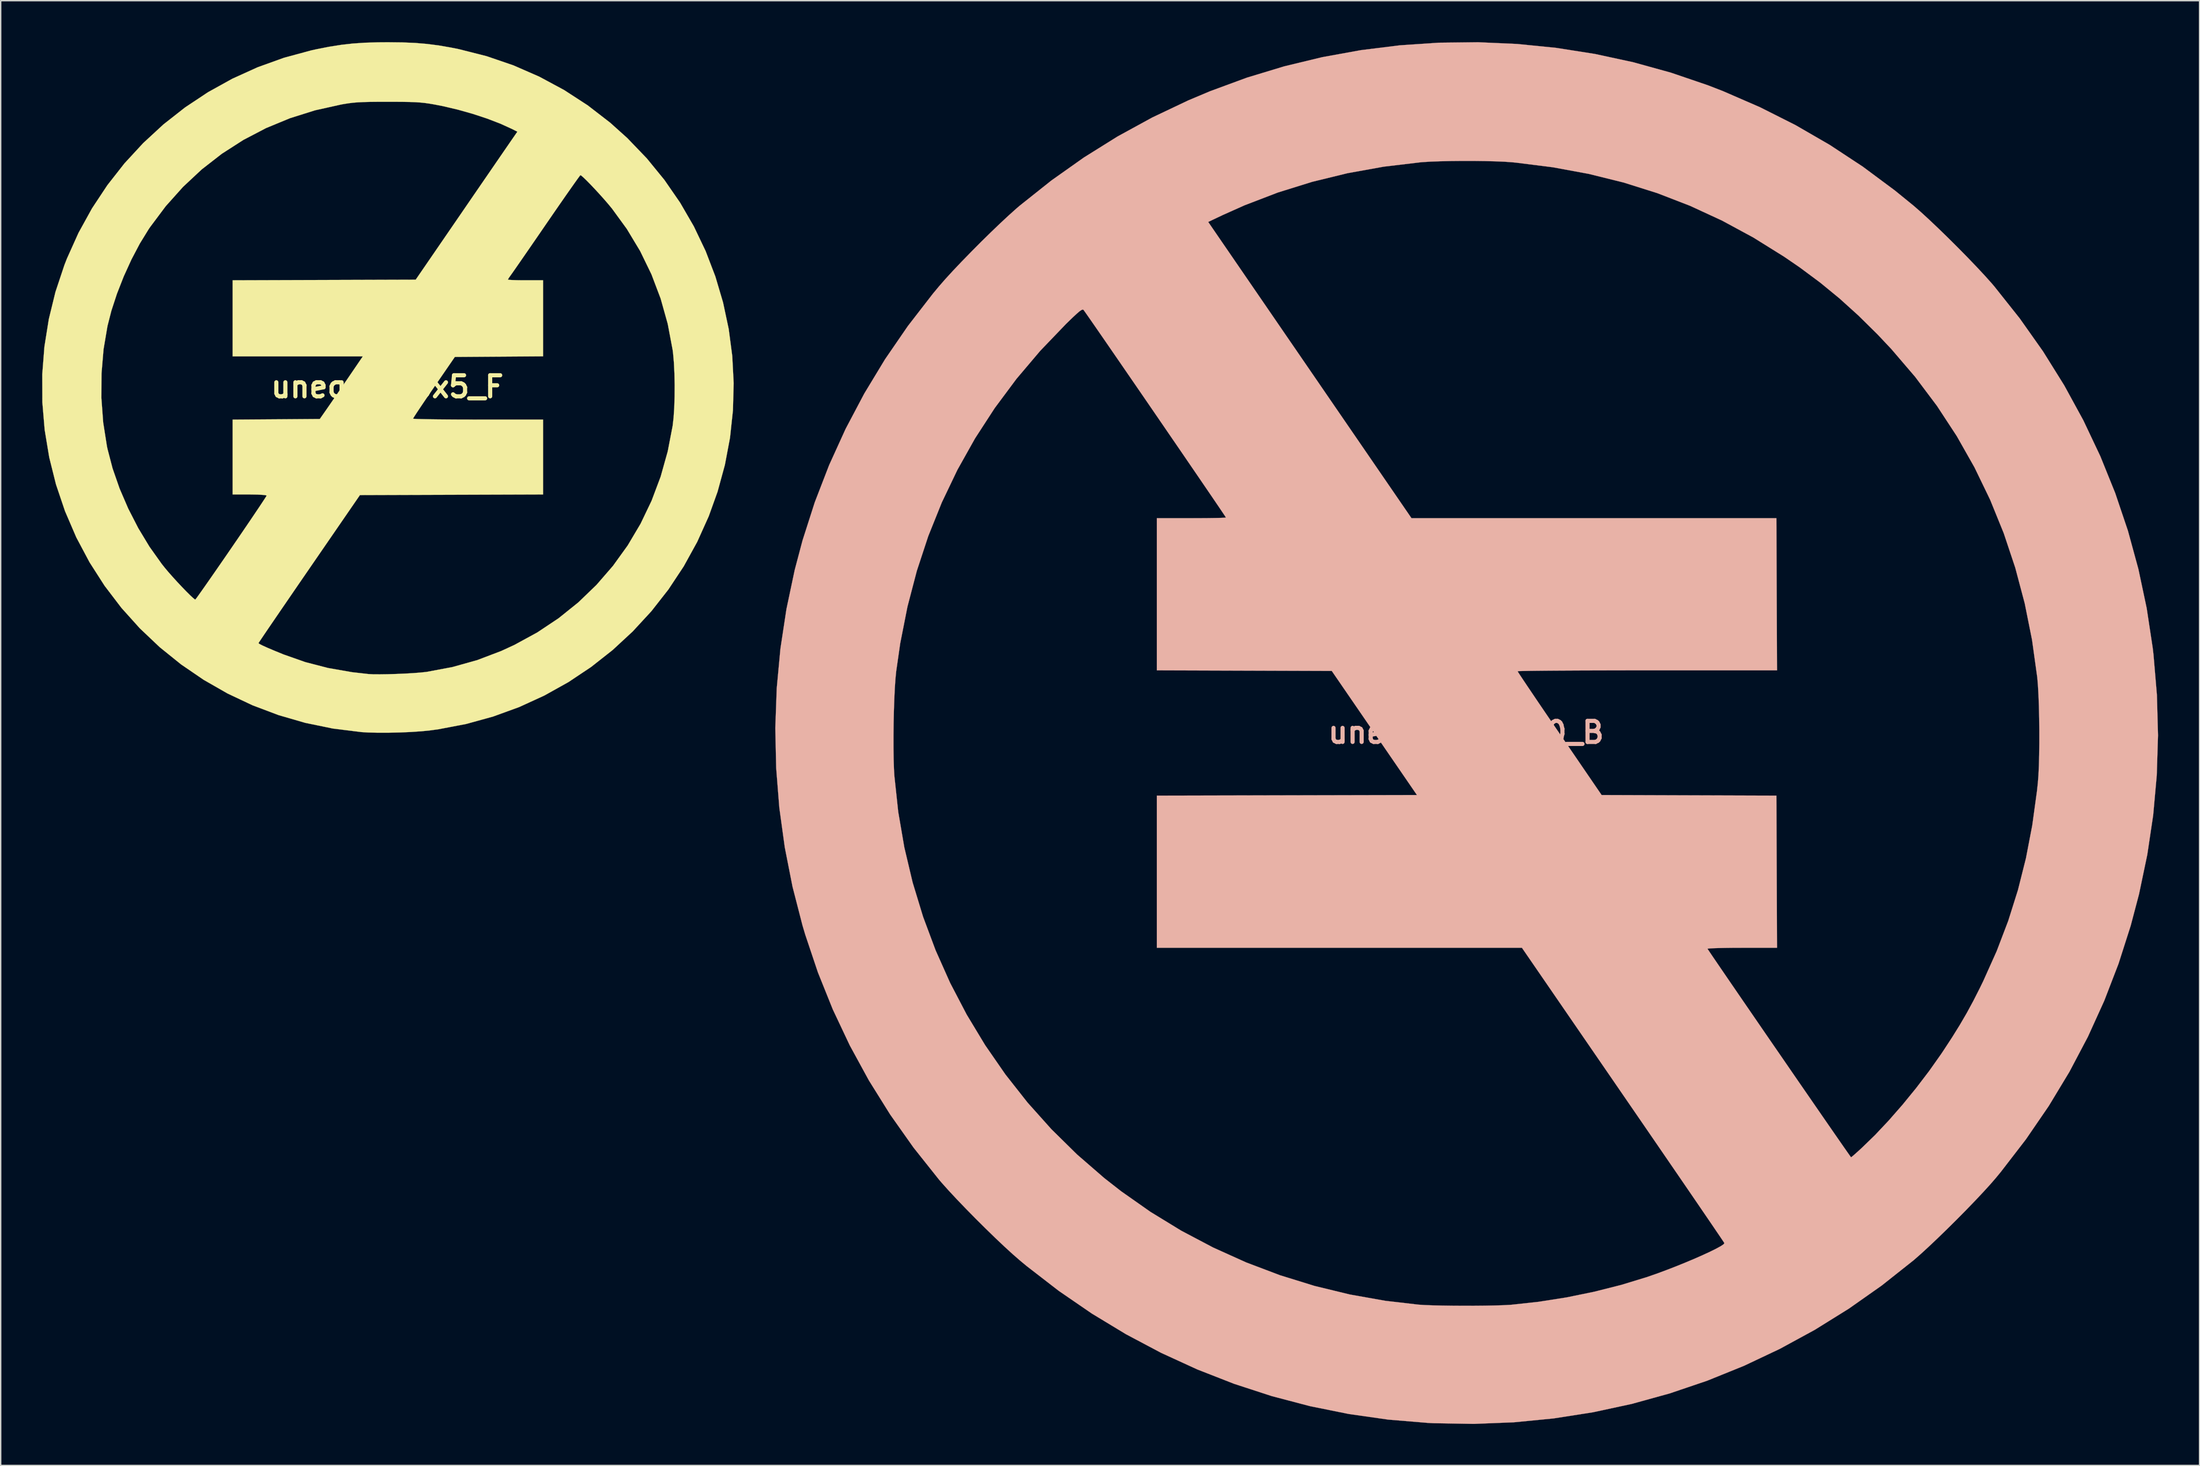
<source format=kicad_pcb>
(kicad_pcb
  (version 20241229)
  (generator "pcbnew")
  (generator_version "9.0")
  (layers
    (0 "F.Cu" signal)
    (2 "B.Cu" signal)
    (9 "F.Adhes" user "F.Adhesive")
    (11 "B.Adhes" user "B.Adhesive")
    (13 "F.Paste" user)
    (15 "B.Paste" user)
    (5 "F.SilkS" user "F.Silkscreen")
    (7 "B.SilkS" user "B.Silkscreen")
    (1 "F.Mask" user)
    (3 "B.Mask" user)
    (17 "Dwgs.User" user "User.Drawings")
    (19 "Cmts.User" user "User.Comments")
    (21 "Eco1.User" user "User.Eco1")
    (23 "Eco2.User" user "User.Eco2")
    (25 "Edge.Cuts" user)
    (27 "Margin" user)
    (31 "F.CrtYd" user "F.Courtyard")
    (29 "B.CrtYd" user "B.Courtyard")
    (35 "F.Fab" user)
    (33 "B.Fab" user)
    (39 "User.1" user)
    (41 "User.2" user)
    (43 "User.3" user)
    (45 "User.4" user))
  (footprint "unequal_10x10_B"
    (layer "F.Cu")
    (at 102.925 49.923)
    (property "Reference" "unequal_10x10_B" (at 0 0 0) (layer "B.SilkS") (effects (font (size 1.524 1.524) (thickness 0.3))))
    (attr through_hole)
    (fp_poly (pts (xy 3.698 -49.793) (xy 6.516 -49.511) (xy 9.313 -49.071) (xy 12.079 -48.473) (xy 14.806 -47.718) (xy 17.484 -46.805) (xy 18.584 -46.377) (xy 21.248 -45.218) (xy 23.812 -43.926) (xy 26.286 -42.495) (xy 28.68 -40.919) (xy 31.003 -39.192) (xy 32.343 -38.101) (xy 32.86 -37.651) (xy 33.463 -37.098) (xy 34.128 -36.468) (xy 34.829 -35.786) (xy 35.54 -35.079) (xy 36.237 -34.37) (xy 36.894 -33.685) (xy 37.487 -33.049) (xy 37.989 -32.489) (xy 38.186 -32.258) (xy 40.02 -29.948) (xy 41.706 -27.561) (xy 43.24 -25.1) (xy 44.623 -22.568) (xy 45.852 -19.97) (xy 46.926 -17.31) (xy 47.843 -14.59) (xy 48.601 -11.815) (xy 49.2 -8.988) (xy 49.636 -6.114) (xy 49.693 -5.626) (xy 49.94 -2.698) (xy 50.019 0.212) (xy 49.929 3.106) (xy 49.671 5.983) (xy 49.244 8.845) (xy 48.648 11.694) (xy 48.044 13.985) (xy 47.165 16.733) (xy 46.134 19.409) (xy 44.951 22.015) (xy 43.613 24.553) (xy 42.12 27.025) (xy 40.471 29.433) (xy 38.665 31.778) (xy 38.305 32.216) (xy 37.895 32.69) (xy 37.382 33.253) (xy 36.79 33.882) (xy 36.141 34.554) (xy 35.459 35.244) (xy 34.767 35.93) (xy 34.09 36.588) (xy 33.449 37.195) (xy 32.869 37.727) (xy 32.374 38.161) (xy 32.343 38.187) (xy 30.047 40.007) (xy 27.667 41.682) (xy 25.211 43.21) (xy 22.682 44.588) (xy 20.087 45.816) (xy 17.432 46.891) (xy 14.723 47.81) (xy 11.965 48.573) (xy 9.164 49.177) (xy 6.326 49.62) (xy 3.457 49.9) (xy 0.562 50.015) (xy -2.352 49.964) (xy -2.752 49.944) (xy -5.627 49.705) (xy -8.472 49.3) (xy -11.28 48.732) (xy -14.047 48.004) (xy -16.767 47.117) (xy -19.432 46.074) (xy -22.039 44.878) (xy -24.581 43.53) (xy -27.052 42.033) (xy -29.446 40.389) (xy -31.758 38.601) (xy -32.258 38.186) (xy -32.775 37.735) (xy -33.379 37.182) (xy -34.044 36.553) (xy -34.744 35.871) (xy -35.456 35.163) (xy -36.153 34.454) (xy -36.81 33.77) (xy -37.402 33.134) (xy -37.904 32.573) (xy -38.101 32.343) (xy -39.941 30.028) (xy -41.628 27.638) (xy -43.164 25.176) (xy -44.546 22.642) (xy -45.775 20.037) (xy -46.85 17.362) (xy -47.77 14.619) (xy -47.963 13.97) (xy -48.687 11.157) (xy -49.246 8.316) (xy -49.64 5.454) (xy -49.868 2.577) (xy -49.919 0.244) (xy -41.389 0.244) (xy -41.389 1.109) (xy -41.377 1.913) (xy -41.355 2.62) (xy -41.325 3.133) (xy -41.046 5.744) (xy -40.604 8.32) (xy -40.004 10.853) (xy -39.249 13.335) (xy -38.344 15.76) (xy -37.292 18.121) (xy -36.097 20.41) (xy -34.763 22.62) (xy -33.294 24.744) (xy -31.695 26.776) (xy -29.968 28.707) (xy -28.117 30.53) (xy -26.147 32.239) (xy -24.934 33.188) (xy -22.807 34.683) (xy -20.584 36.043) (xy -18.276 37.261) (xy -15.894 38.336) (xy -13.448 39.263) (xy -10.948 40.037) (xy -8.405 40.655) (xy -5.83 41.113) (xy -3.429 41.391) (xy -2.989 41.419) (xy -2.412 41.441) (xy -1.732 41.457) (xy -0.981 41.468) (xy -0.192 41.473) (xy 0.602 41.471) (xy 1.368 41.464) (xy 2.074 41.45) (xy 2.686 41.431) (xy 3.171 41.405) (xy 3.276 41.398) (xy 5.249 41.183) (xy 7.261 40.867) (xy 9.266 40.456) (xy 11.22 39.962) (xy 13.079 39.394) (xy 13.784 39.149) (xy 14.49 38.887) (xy 15.194 38.614) (xy 15.878 38.336) (xy 16.526 38.063) (xy 17.12 37.801) (xy 17.642 37.559) (xy 18.076 37.344) (xy 18.405 37.164) (xy 18.61 37.028) (xy 18.674 36.942) (xy 18.673 36.938) (xy 18.621 36.856) (xy 18.478 36.641) (xy 18.249 36.303) (xy 17.94 35.848) (xy 17.557 35.284) (xy 17.103 34.619) (xy 16.586 33.861) (xy 16.009 33.017) (xy 15.378 32.095) (xy 14.698 31.103) (xy 13.975 30.048) (xy 13.214 28.938) (xy 12.42 27.781) (xy 11.598 26.584) (xy 11.333 26.198) (xy 4.039 15.579) (xy -22.352 15.579) (xy -22.352 4.573) (xy -12.951 4.551) (xy -3.55 4.53) (xy -6.628 0.042) (xy -9.707 -4.445) (xy -22.352 -4.488) (xy -22.352 -15.494) (xy -19.854 -15.494) (xy -19.224 -15.496) (xy -18.651 -15.5) (xy -18.158 -15.507) (xy -17.766 -15.515) (xy -17.494 -15.526) (xy -17.365 -15.537) (xy -17.357 -15.541) (xy -17.403 -15.616) (xy -17.539 -15.819) (xy -17.755 -16.14) (xy -18.044 -16.567) (xy -18.399 -17.09) (xy -18.812 -17.696) (xy -19.276 -18.376) (xy -19.783 -19.118) (xy -20.325 -19.912) (xy -20.895 -20.745) (xy -21.486 -21.607) (xy -22.089 -22.488) (xy -22.697 -23.375) (xy -23.303 -24.259) (xy -23.899 -25.127) (xy -24.478 -25.969) (xy -25.031 -26.774) (xy -25.552 -27.531) (xy -26.032 -28.229) (xy -26.465 -28.856) (xy -26.842 -29.402) (xy -27.156 -29.855) (xy -27.4 -30.205) (xy -27.566 -30.441) (xy -27.646 -30.551) (xy -27.65 -30.557) (xy -27.706 -30.583) (xy -27.793 -30.556) (xy -27.929 -30.465) (xy -28.129 -30.294) (xy -28.411 -30.033) (xy -28.79 -29.666) (xy -28.918 -29.541) (xy -30.781 -27.599) (xy -32.498 -25.571) (xy -34.069 -23.459) (xy -35.493 -21.264) (xy -36.769 -18.987) (xy -37.896 -16.63) (xy -38.874 -14.196) (xy -39.701 -11.684) (xy -40.377 -9.098) (xy -40.902 -6.438) (xy -41.194 -4.403) (xy -41.247 -3.858) (xy -41.293 -3.178) (xy -41.33 -2.394) (xy -41.359 -1.541) (xy -41.379 -0.65) (xy -41.389 0.244) (xy -49.919 0.244) (xy -49.931 -0.306) (xy -49.828 -3.188) (xy -49.56 -6.062) (xy -49.126 -8.92) (xy -48.527 -11.755) (xy -47.963 -13.885) (xy -47.079 -16.644) (xy -46.04 -19.334) (xy -44.847 -21.956) (xy -43.5 -24.507) (xy -42 -26.986) (xy -40.348 -29.392) (xy -38.544 -31.725) (xy -38.101 -32.258) (xy -37.651 -32.775) (xy -37.098 -33.379) (xy -36.468 -34.044) (xy -35.786 -34.744) (xy -35.079 -35.456) (xy -34.37 -36.153) (xy -33.685 -36.81) (xy -33.566 -36.921) (xy -18.639 -36.921) (xy -17.807 -35.707) (xy -17.658 -35.489) (xy -17.419 -35.141) (xy -17.097 -34.672) (xy -16.699 -34.091) (xy -16.231 -33.409) (xy -15.7 -32.634) (xy -15.112 -31.777) (xy -14.473 -30.845) (xy -13.79 -29.85) (xy -13.07 -28.799) (xy -12.318 -27.704) (xy -11.542 -26.572) (xy -10.748 -25.415) (xy -10.46 -24.994) (xy -3.944 -15.494) (xy 22.434 -15.494) (xy 22.479 -4.487) (xy 13.102 -4.487) (xy 11.857 -4.487) (xy 10.661 -4.485) (xy 9.524 -4.482) (xy 8.457 -4.479) (xy 7.47 -4.474) (xy 6.575 -4.469) (xy 5.783 -4.463) (xy 5.103 -4.456) (xy 4.547 -4.449) (xy 4.126 -4.441) (xy 3.85 -4.433) (xy 3.73 -4.425) (xy 3.725 -4.423) (xy 3.772 -4.344) (xy 3.906 -4.137) (xy 4.12 -3.814) (xy 4.406 -3.387) (xy 4.755 -2.869) (xy 5.159 -2.27) (xy 5.611 -1.604) (xy 6.103 -0.881) (xy 6.626 -0.115) (xy 6.763 0.086) (xy 9.8 4.53) (xy 22.434 4.573) (xy 22.457 10.076) (xy 22.479 15.579) (xy 19.953 15.579) (xy 19.32 15.581) (xy 18.747 15.588) (xy 18.255 15.598) (xy 17.863 15.611) (xy 17.592 15.627) (xy 17.463 15.644) (xy 17.455 15.651) (xy 17.508 15.733) (xy 17.648 15.943) (xy 17.869 16.27) (xy 18.163 16.702) (xy 18.523 17.229) (xy 18.94 17.839) (xy 19.408 18.522) (xy 19.918 19.267) (xy 20.464 20.062) (xy 21.037 20.897) (xy 21.63 21.761) (xy 22.236 22.642) (xy 22.848 23.53) (xy 23.456 24.415) (xy 24.054 25.284) (xy 24.635 26.126) (xy 25.191 26.932) (xy 25.714 27.69) (xy 26.197 28.389) (xy 26.631 29.017) (xy 27.011 29.565) (xy 27.327 30.02) (xy 27.574 30.373) (xy 27.742 30.612) (xy 27.824 30.726) (xy 27.831 30.734) (xy 27.904 30.68) (xy 28.075 30.533) (xy 28.319 30.315) (xy 28.611 30.048) (xy 28.619 30.041) (xy 29.571 29.116) (xy 30.559 28.066) (xy 31.558 26.923) (xy 32.539 25.721) (xy 33.477 24.49) (xy 34.343 23.264) (xy 34.5 23.029) (xy 35.138 22.053) (xy 35.694 21.157) (xy 36.197 20.293) (xy 36.674 19.412) (xy 37.153 18.467) (xy 37.384 17.992) (xy 38.358 15.82) (xy 39.193 13.629) (xy 39.896 11.396) (xy 40.473 9.101) (xy 40.929 6.723) (xy 41.27 4.24) (xy 41.334 3.641) (xy 41.377 3.091) (xy 41.408 2.406) (xy 41.429 1.619) (xy 41.439 0.763) (xy 41.439 -0.129) (xy 41.429 -1.024) (xy 41.409 -1.887) (xy 41.379 -2.687) (xy 41.34 -3.389) (xy 41.292 -3.96) (xy 41.29 -3.979) (xy 40.913 -6.693) (xy 40.383 -9.337) (xy 39.701 -11.908) (xy 38.868 -14.405) (xy 37.885 -16.825) (xy 36.753 -19.168) (xy 35.472 -21.431) (xy 34.043 -23.613) (xy 32.467 -25.712) (xy 30.745 -27.725) (xy 29.736 -28.796) (xy 28.358 -30.156) (xy 26.992 -31.391) (xy 25.595 -32.537) (xy 24.124 -33.631) (xy 22.987 -34.41) (xy 20.772 -35.791) (xy 18.512 -37.015) (xy 16.2 -38.084) (xy 13.828 -39.002) (xy 11.389 -39.771) (xy 8.876 -40.394) (xy 6.281 -40.873) (xy 3.596 -41.211) (xy 3.302 -41.239) (xy 2.782 -41.276) (xy 2.13 -41.303) (xy 1.38 -41.322) (xy 0.57 -41.332) (xy -0.266 -41.333) (xy -1.09 -41.325) (xy -1.866 -41.308) (xy -2.559 -41.283) (xy -3.133 -41.248) (xy -3.26 -41.238) (xy -5.942 -40.919) (xy -8.563 -40.447) (xy -11.118 -39.823) (xy -13.601 -39.05) (xy -16.008 -38.126) (xy -17.596 -37.416) (xy -18.639 -36.921) (xy -33.566 -36.921) (xy -33.049 -37.402) (xy -32.489 -37.904) (xy -32.258 -38.101) (xy -29.972 -39.92) (xy -27.621 -41.584) (xy -25.195 -43.1) (xy -22.685 -44.474) (xy -20.081 -45.711) (xy -18.5 -46.377) (xy -15.845 -47.356) (xy -13.137 -48.177) (xy -10.386 -48.841) (xy -7.6 -49.346) (xy -4.79 -49.695) (xy -1.964 -49.885) (xy 0.868 -49.918) (xy 3.698 -49.793)) (stroke (width 0.01) (type solid)) (fill yes) (layer "B.SilkS")))
  (footprint "unequal_5x5_F"
    (layer "F.Cu")
    (at 24.944 24.926)
    (property "Reference" "unequal_5x5_F" (at 0 0 0) (layer "F.SilkS") (effects (font (size 1.524 1.524) (thickness 0.3))))
    (attr through_hole)
    (fp_poly (pts (xy 1.088 -24.909) (xy 2.016 -24.87) (xy 2.875 -24.798) (xy 3.716 -24.69) (xy 4.587 -24.539) (xy 5.183 -24.419) (xy 7.182 -23.912) (xy 9.12 -23.248) (xy 10.988 -22.431) (xy 12.78 -21.466) (xy 14.49 -20.356) (xy 16.11 -19.104) (xy 17.348 -17.992) (xy 18.76 -16.522) (xy 20.034 -14.961) (xy 21.169 -13.317) (xy 22.163 -11.599) (xy 23.013 -9.817) (xy 23.717 -7.979) (xy 24.274 -6.096) (xy 24.682 -4.177) (xy 24.938 -2.23) (xy 25.04 -0.264) (xy 24.987 1.709) (xy 24.776 3.683) (xy 24.406 5.647) (xy 23.875 7.591) (xy 23.242 9.356) (xy 22.404 11.218) (xy 21.429 12.988) (xy 20.322 14.661) (xy 19.092 16.231) (xy 17.745 17.692) (xy 16.291 19.039) (xy 14.735 20.265) (xy 13.086 21.365) (xy 11.35 22.333) (xy 9.537 23.164) (xy 7.652 23.85) (xy 5.704 24.388) (xy 3.701 24.77) (xy 3.121 24.85) (xy 2.481 24.915) (xy 1.733 24.966) (xy 0.924 25.001) (xy 0.103 25.02) (xy -0.684 25.021) (xy -1.39 25.004) (xy -1.873 24.974) (xy -3.921 24.72) (xy -5.92 24.309) (xy -7.861 23.746) (xy -9.738 23.037) (xy -11.543 22.185) (xy -13.267 21.198) (xy -14.905 20.079) (xy -16.447 18.835) (xy -16.756 18.542) (xy -9.309 18.542) (xy -9.232 18.604) (xy -9.005 18.72) (xy -8.639 18.885) (xy -8.143 19.095) (xy -7.529 19.346) (xy -7.493 19.361) (xy -5.924 19.913) (xy -4.282 20.339) (xy -2.547 20.642) (xy -1.355 20.777) (xy -1.012 20.794) (xy -0.54 20.797) (xy 0.022 20.789) (xy 0.633 20.771) (xy 1.256 20.745) (xy 1.849 20.711) (xy 2.374 20.671) (xy 2.791 20.628) (xy 2.862 20.618) (xy 4.715 20.27) (xy 6.501 19.769) (xy 8.234 19.111) (xy 9.186 18.672) (xy 10.84 17.77) (xy 12.384 16.741) (xy 13.814 15.591) (xy 15.126 14.326) (xy 16.316 12.952) (xy 17.379 11.477) (xy 18.311 9.904) (xy 19.107 8.241) (xy 19.763 6.494) (xy 20.274 4.669) (xy 20.63 2.82) (xy 20.698 2.223) (xy 20.745 1.503) (xy 20.77 0.703) (xy 20.775 -0.132) (xy 20.758 -0.958) (xy 20.721 -1.73) (xy 20.662 -2.406) (xy 20.629 -2.667) (xy 20.273 -4.554) (xy 19.762 -6.378) (xy 19.098 -8.132) (xy 18.282 -9.813) (xy 17.317 -11.417) (xy 16.246 -12.888) (xy 15.981 -13.209) (xy 15.672 -13.567) (xy 15.339 -13.939) (xy 15.002 -14.305) (xy 14.681 -14.644) (xy 14.395 -14.934) (xy 14.166 -15.154) (xy 14.013 -15.283) (xy 13.961 -15.307) (xy 13.901 -15.234) (xy 13.755 -15.035) (xy 13.532 -14.723) (xy 13.242 -14.311) (xy 12.893 -13.813) (xy 12.497 -13.243) (xy 12.061 -12.612) (xy 11.596 -11.936) (xy 11.51 -11.811) (xy 11.035 -11.118) (xy 10.583 -10.461) (xy 10.164 -9.853) (xy 9.789 -9.31) (xy 9.468 -8.846) (xy 9.212 -8.477) (xy 9.029 -8.216) (xy 8.931 -8.078) (xy 8.925 -8.07) (xy 8.796 -7.888) (xy 8.725 -7.768) (xy 8.721 -7.753) (xy 8.8 -7.736) (xy 9.02 -7.722) (xy 9.351 -7.711) (xy 9.763 -7.705) (xy 9.991 -7.705) (xy 11.261 -7.705) (xy 11.261 -2.203) (xy 8.073 -2.181) (xy 4.885 -2.159) (xy 3.374 0.04) (xy 3.003 0.581) (xy 2.666 1.078) (xy 2.372 1.514) (xy 2.135 1.87) (xy 1.966 2.131) (xy 1.875 2.279) (xy 1.863 2.305) (xy 1.945 2.317) (xy 2.181 2.329) (xy 2.556 2.339) (xy 3.055 2.349) (xy 3.662 2.357) (xy 4.363 2.363) (xy 5.142 2.368) (xy 5.983 2.37) (xy 6.562 2.371) (xy 11.261 2.371) (xy 11.261 7.788) (xy 4.642 7.81) (xy -1.976 7.832) (xy -5.643 13.166) (xy -6.227 14.016) (xy -6.782 14.825) (xy -7.301 15.583) (xy -7.777 16.278) (xy -8.202 16.901) (xy -8.569 17.439) (xy -8.871 17.883) (xy -9.099 18.222) (xy -9.248 18.444) (xy -9.308 18.539) (xy -9.309 18.542) (xy -16.756 18.542) (xy -17.887 17.469) (xy -19.218 15.988) (xy -20.431 14.396) (xy -21.518 12.699) (xy -22.474 10.901) (xy -22.484 10.88) (xy -23.295 8.994) (xy -23.946 7.065) (xy -24.436 5.101) (xy -24.765 3.113) (xy -24.933 1.109) (xy -24.933 0.817) (xy -20.665 0.817) (xy -20.535 2.578) (xy -20.266 4.289) (xy -20.226 4.484) (xy -19.856 5.903) (xy -19.35 7.358) (xy -18.724 8.811) (xy -17.998 10.227) (xy -17.187 11.57) (xy -16.309 12.804) (xy -16.078 13.096) (xy -15.818 13.405) (xy -15.513 13.75) (xy -15.185 14.111) (xy -14.854 14.464) (xy -14.54 14.789) (xy -14.264 15.064) (xy -14.047 15.267) (xy -13.91 15.377) (xy -13.876 15.39) (xy -13.817 15.318) (xy -13.672 15.119) (xy -13.449 14.806) (xy -13.158 14.392) (xy -12.808 13.89) (xy -12.407 13.313) (xy -11.965 12.674) (xy -11.491 11.986) (xy -11.266 11.658) (xy -10.782 10.951) (xy -10.327 10.284) (xy -9.912 9.673) (xy -9.545 9.128) (xy -9.234 8.665) (xy -8.989 8.295) (xy -8.818 8.033) (xy -8.73 7.891) (xy -8.721 7.869) (xy -8.801 7.839) (xy -9.027 7.815) (xy -9.373 7.798) (xy -9.816 7.79) (xy -9.948 7.789) (xy -11.176 7.789) (xy -11.176 2.373) (xy -8.026 2.351) (xy -4.876 2.328) (xy -4.403 1.651) (xy -4.211 1.374) (xy -3.946 0.99) (xy -3.631 0.53) (xy -3.288 0.029) (xy -2.939 -0.482) (xy -2.849 -0.614) (xy -1.768 -2.201) (xy -11.176 -2.201) (xy -11.176 -7.704) (xy 2.055 -7.747) (xy 5.22 -12.361) (xy 5.778 -13.175) (xy 6.32 -13.966) (xy 6.838 -14.72) (xy 7.32 -15.422) (xy 7.757 -16.059) (xy 8.14 -16.617) (xy 8.459 -17.081) (xy 8.704 -17.437) (xy 8.865 -17.672) (xy 8.894 -17.714) (xy 9.404 -18.451) (xy 8.999 -18.656) (xy 8.176 -19.031) (xy 7.226 -19.396) (xy 6.191 -19.738) (xy 5.114 -20.042) (xy 4.036 -20.297) (xy 3.415 -20.418) (xy 3.059 -20.479) (xy 2.732 -20.526) (xy 2.403 -20.56) (xy 2.042 -20.585) (xy 1.619 -20.6) (xy 1.104 -20.609) (xy 0.466 -20.613) (xy 0.042 -20.613) (xy -0.677 -20.612) (xy -1.257 -20.606) (xy -1.729 -20.594) (xy -2.121 -20.575) (xy -2.464 -20.547) (xy -2.789 -20.507) (xy -3.125 -20.454) (xy -3.33 -20.418) (xy -5.218 -19.998) (xy -7.029 -19.428) (xy -8.759 -18.713) (xy -10.402 -17.855) (xy -11.954 -16.858) (xy -13.41 -15.725) (xy -14.765 -14.458) (xy -16.014 -13.062) (xy -17.153 -11.539) (xy -17.255 -11.388) (xy -17.888 -10.357) (xy -18.493 -9.206) (xy -19.05 -7.982) (xy -19.54 -6.731) (xy -19.942 -5.501) (xy -20.224 -4.399) (xy -20.509 -2.709) (xy -20.656 -0.958) (xy -20.665 0.817) (xy -24.933 0.817) (xy -24.939 -0.9) (xy -24.783 -2.905) (xy -24.465 -4.897) (xy -23.984 -6.866) (xy -23.34 -8.801) (xy -23.157 -9.271) (xy -22.319 -11.135) (xy -21.341 -12.908) (xy -20.231 -14.585) (xy -18.996 -16.16) (xy -17.643 -17.626) (xy -16.179 -18.978) (xy -14.613 -20.208) (xy -12.95 -21.312) (xy -11.2 -22.282) (xy -9.368 -23.113) (xy -7.462 -23.799) (xy -5.49 -24.333) (xy -5.098 -24.419) (xy -4.181 -24.599) (xy -3.327 -24.733) (xy -2.485 -24.828) (xy -1.607 -24.887) (xy -0.642 -24.916) (xy 0.042 -24.921) (xy 1.088 -24.909)) (stroke (width 0.01) (type solid)) (fill yes) (layer "F.SilkS")))
  (gr_rect
    (start -3 -3)
    (end 155.948 102.943)
    (stroke (width 0.1) (type default))
    (fill no)
    (layer "Edge.Cuts")))
</source>
